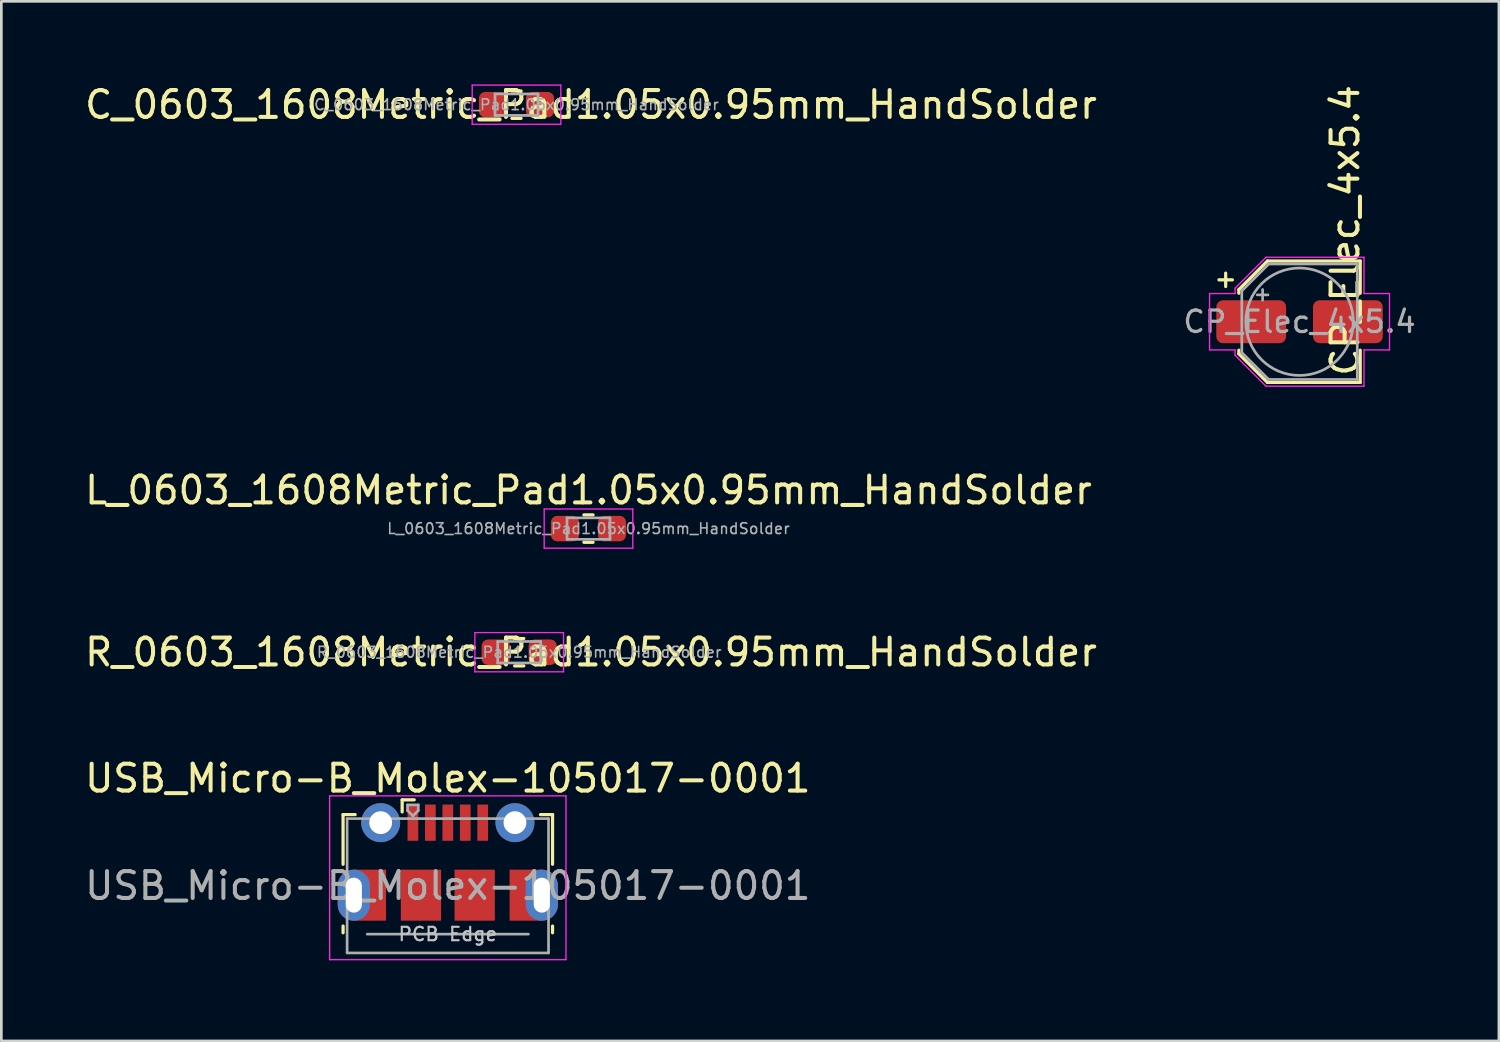
<source format=kicad_pcb>
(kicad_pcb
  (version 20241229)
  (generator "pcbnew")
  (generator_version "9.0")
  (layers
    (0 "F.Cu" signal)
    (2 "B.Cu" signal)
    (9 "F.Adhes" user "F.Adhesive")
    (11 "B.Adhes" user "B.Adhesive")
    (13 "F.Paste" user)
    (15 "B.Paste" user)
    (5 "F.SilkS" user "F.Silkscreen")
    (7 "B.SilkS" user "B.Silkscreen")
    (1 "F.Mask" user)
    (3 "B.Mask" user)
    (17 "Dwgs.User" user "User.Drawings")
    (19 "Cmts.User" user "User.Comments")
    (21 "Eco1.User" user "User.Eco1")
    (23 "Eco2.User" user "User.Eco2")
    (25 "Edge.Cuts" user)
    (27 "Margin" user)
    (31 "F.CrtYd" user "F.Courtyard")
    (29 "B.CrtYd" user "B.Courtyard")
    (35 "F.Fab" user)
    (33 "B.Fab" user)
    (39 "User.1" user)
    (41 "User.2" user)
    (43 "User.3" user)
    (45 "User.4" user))
  (footprint "C_0603_1608Metric_Pad1.05x0.95mm_HandSolder"
    (layer "F.Cu")
    (at 16.183 0.848)
    (property "Reference" "C_0603_1608Metric_Pad1.05x0.95mm_HandSolder" (at 2.775 0 0) (layer "F.SilkS") (effects (font (size 1 1) (thickness 0.15))))
    (attr smd)
    (fp_line (start -0.171 -0.51) (end 0.171 -0.51) (stroke (width 0.12) (type solid)) (layer "F.SilkS"))
    (fp_line (start -0.171 0.51) (end 0.171 0.51) (stroke (width 0.12) (type solid)) (layer "F.SilkS"))
    (fp_line (start -1.65 -0.73) (end 1.65 -0.73) (stroke (width 0.05) (type solid)) (layer "F.CrtYd"))
    (fp_line (start -1.65 0.73) (end -1.65 -0.73) (stroke (width 0.05) (type solid)) (layer "F.CrtYd"))
    (fp_line (start 1.65 -0.73) (end 1.65 0.73) (stroke (width 0.05) (type solid)) (layer "F.CrtYd"))
    (fp_line (start 1.65 0.73) (end -1.65 0.73) (stroke (width 0.05) (type solid)) (layer "F.CrtYd"))
    (fp_line (start -0.8 -0.4) (end 0.8 -0.4) (stroke (width 0.1) (type solid)) (layer "F.Fab"))
    (fp_line (start -0.8 0.4) (end -0.8 -0.4) (stroke (width 0.1) (type solid)) (layer "F.Fab"))
    (fp_line (start 0.8 -0.4) (end 0.8 0.4) (stroke (width 0.1) (type solid)) (layer "F.Fab"))
    (fp_line (start 0.8 0.4) (end -0.8 0.4) (stroke (width 0.1) (type solid)) (layer "F.Fab"))
    (fp_text user "${REFERENCE}" (at 0 0 0) (layer "F.Fab") (effects (font (size 0.4 0.4) (thickness 0.06))))
    (pad "1" smd roundrect (at -0.875 0) (size 1.05 0.95) (layers "F.Cu" "F.Mask" "F.Paste") (roundrect_rratio 0.25))
    (pad "2" smd roundrect (at 0.875 0) (size 1.05 0.95) (layers "F.Cu" "F.Mask" "F.Paste") (roundrect_rratio 0.25)))
  (footprint "L_0603_1608Metric_Pad1.05x0.95mm_HandSolder"
    (layer "F.Cu")
    (at 18.863 16.633)
    (property "Reference" "L_0603_1608Metric_Pad1.05x0.95mm_HandSolder" (at 0 -1.43 0) (layer "F.SilkS") (effects (font (size 1 1) (thickness 0.15))))
    (attr smd)
    (fp_line (start -0.171 -0.51) (end 0.171 -0.51) (stroke (width 0.12) (type solid)) (layer "F.SilkS"))
    (fp_line (start -0.171 0.51) (end 0.171 0.51) (stroke (width 0.12) (type solid)) (layer "F.SilkS"))
    (fp_line (start -1.65 -0.73) (end 1.65 -0.73) (stroke (width 0.05) (type solid)) (layer "F.CrtYd"))
    (fp_line (start -1.65 0.73) (end -1.65 -0.73) (stroke (width 0.05) (type solid)) (layer "F.CrtYd"))
    (fp_line (start 1.65 -0.73) (end 1.65 0.73) (stroke (width 0.05) (type solid)) (layer "F.CrtYd"))
    (fp_line (start 1.65 0.73) (end -1.65 0.73) (stroke (width 0.05) (type solid)) (layer "F.CrtYd"))
    (fp_line (start -0.8 -0.4) (end 0.8 -0.4) (stroke (width 0.1) (type solid)) (layer "F.Fab"))
    (fp_line (start -0.8 0.4) (end -0.8 -0.4) (stroke (width 0.1) (type solid)) (layer "F.Fab"))
    (fp_line (start 0.8 -0.4) (end 0.8 0.4) (stroke (width 0.1) (type solid)) (layer "F.Fab"))
    (fp_line (start 0.8 0.4) (end -0.8 0.4) (stroke (width 0.1) (type solid)) (layer "F.Fab"))
    (fp_text user "${REFERENCE}" (at 0 0 0) (layer "F.Fab") (effects (font (size 0.4 0.4) (thickness 0.06))))
    (pad "1" smd roundrect (at -0.875 0) (size 1.05 0.95) (layers "F.Cu" "F.Mask" "F.Paste") (roundrect_rratio 0.25))
    (pad "2" smd roundrect (at 0.875 0) (size 1.05 0.95) (layers "F.Cu" "F.Mask" "F.Paste") (roundrect_rratio 0.25)))
  (footprint "CP_Elec_4x5.4"
    (layer "F.Cu")
    (at 45.34 8.93)
    (property "Reference" "CP_Elec_4x5.4" (at 1.7 -3.4 270) (layer "F.SilkS") (effects (font (size 1 1) (thickness 0.15))))
    (attr smd)
    (fp_line (start -3 -1.56) (end -2.5 -1.56) (stroke (width 0.12) (type solid)) (layer "F.SilkS"))
    (fp_line (start -2.75 -1.81) (end -2.75 -1.31) (stroke (width 0.12) (type solid)) (layer "F.SilkS"))
    (fp_line (start -2.26 -1.196) (end -2.26 -1.06) (stroke (width 0.12) (type solid)) (layer "F.SilkS"))
    (fp_line (start -2.26 -1.196) (end -1.196 -2.26) (stroke (width 0.12) (type solid)) (layer "F.SilkS"))
    (fp_line (start -2.26 1.196) (end -2.26 1.06) (stroke (width 0.12) (type solid)) (layer "F.SilkS"))
    (fp_line (start -2.26 1.196) (end -1.196 2.26) (stroke (width 0.12) (type solid)) (layer "F.SilkS"))
    (fp_line (start -1.196 -2.26) (end 2.26 -2.26) (stroke (width 0.12) (type solid)) (layer "F.SilkS"))
    (fp_line (start -1.196 2.26) (end 2.26 2.26) (stroke (width 0.12) (type solid)) (layer "F.SilkS"))
    (fp_line (start 2.26 -2.26) (end 2.26 -1.06) (stroke (width 0.12) (type solid)) (layer "F.SilkS"))
    (fp_line (start 2.26 2.26) (end 2.26 1.06) (stroke (width 0.12) (type solid)) (layer "F.SilkS"))
    (fp_line (start -3.35 -1.05) (end -3.35 1.05) (stroke (width 0.05) (type solid)) (layer "F.CrtYd"))
    (fp_line (start -3.35 1.05) (end -2.4 1.05) (stroke (width 0.05) (type solid)) (layer "F.CrtYd"))
    (fp_line (start -2.4 -1.25) (end -2.4 -1.05) (stroke (width 0.05) (type solid)) (layer "F.CrtYd"))
    (fp_line (start -2.4 -1.25) (end -1.25 -2.4) (stroke (width 0.05) (type solid)) (layer "F.CrtYd"))
    (fp_line (start -2.4 -1.05) (end -3.35 -1.05) (stroke (width 0.05) (type solid)) (layer "F.CrtYd"))
    (fp_line (start -2.4 1.05) (end -2.4 1.25) (stroke (width 0.05) (type solid)) (layer "F.CrtYd"))
    (fp_line (start -2.4 1.25) (end -1.25 2.4) (stroke (width 0.05) (type solid)) (layer "F.CrtYd"))
    (fp_line (start -1.25 -2.4) (end 2.4 -2.4) (stroke (width 0.05) (type solid)) (layer "F.CrtYd"))
    (fp_line (start -1.25 2.4) (end 2.4 2.4) (stroke (width 0.05) (type solid)) (layer "F.CrtYd"))
    (fp_line (start 2.4 -2.4) (end 2.4 -1.05) (stroke (width 0.05) (type solid)) (layer "F.CrtYd"))
    (fp_line (start 2.4 -1.05) (end 3.35 -1.05) (stroke (width 0.05) (type solid)) (layer "F.CrtYd"))
    (fp_line (start 2.4 1.05) (end 2.4 2.4) (stroke (width 0.05) (type solid)) (layer "F.CrtYd"))
    (fp_line (start 3.35 -1.05) (end 3.35 1.05) (stroke (width 0.05) (type solid)) (layer "F.CrtYd"))
    (fp_line (start 3.35 1.05) (end 2.4 1.05) (stroke (width 0.05) (type solid)) (layer "F.CrtYd"))
    (fp_line (start -2.15 -1.15) (end -2.15 1.15) (stroke (width 0.1) (type solid)) (layer "F.Fab"))
    (fp_line (start -2.15 -1.15) (end -1.15 -2.15) (stroke (width 0.1) (type solid)) (layer "F.Fab"))
    (fp_line (start -2.15 1.15) (end -1.15 2.15) (stroke (width 0.1) (type solid)) (layer "F.Fab"))
    (fp_line (start -1.575 -1) (end -1.175 -1) (stroke (width 0.1) (type solid)) (layer "F.Fab"))
    (fp_line (start -1.375 -1.2) (end -1.375 -0.8) (stroke (width 0.1) (type solid)) (layer "F.Fab"))
    (fp_line (start -1.15 -2.15) (end 2.15 -2.15) (stroke (width 0.1) (type solid)) (layer "F.Fab"))
    (fp_line (start -1.15 2.15) (end 2.15 2.15) (stroke (width 0.1) (type solid)) (layer "F.Fab"))
    (fp_line (start 2.15 -2.15) (end 2.15 2.15) (stroke (width 0.1) (type solid)) (layer "F.Fab"))
    (fp_circle (center 0 0) (end 2 0) (stroke (width 0.1) (type solid)) (fill no) (layer "F.Fab"))
    (fp_text user "${REFERENCE}" (at 0 0 0) (layer "F.Fab") (effects (font (size 0.8 0.8) (thickness 0.12))))
    (pad "1" smd roundrect (at -1.8 0) (size 2.6 1.6) (layers "F.Cu" "F.Mask" "F.Paste") (roundrect_rratio 0.156))
    (pad "2" smd roundrect (at 1.8 0) (size 2.6 1.6) (layers "F.Cu" "F.Mask" "F.Paste") (roundrect_rratio 0.156)))
  (footprint "R_0603_1608Metric_Pad1.05x0.95mm_HandSolder"
    (layer "F.Cu")
    (at 16.283 21.236)
    (property "Reference" "R_0603_1608Metric_Pad1.05x0.95mm_HandSolder" (at 2.675 0 0) (layer "F.SilkS") (effects (font (size 1 1) (thickness 0.15))))
    (attr smd)
    (fp_line (start -0.171 -0.51) (end 0.171 -0.51) (stroke (width 0.12) (type solid)) (layer "F.SilkS"))
    (fp_line (start -0.171 0.51) (end 0.171 0.51) (stroke (width 0.12) (type solid)) (layer "F.SilkS"))
    (fp_line (start -1.65 -0.73) (end 1.65 -0.73) (stroke (width 0.05) (type solid)) (layer "F.CrtYd"))
    (fp_line (start -1.65 0.73) (end -1.65 -0.73) (stroke (width 0.05) (type solid)) (layer "F.CrtYd"))
    (fp_line (start 1.65 -0.73) (end 1.65 0.73) (stroke (width 0.05) (type solid)) (layer "F.CrtYd"))
    (fp_line (start 1.65 0.73) (end -1.65 0.73) (stroke (width 0.05) (type solid)) (layer "F.CrtYd"))
    (fp_line (start -0.8 -0.4) (end 0.8 -0.4) (stroke (width 0.1) (type solid)) (layer "F.Fab"))
    (fp_line (start -0.8 0.4) (end -0.8 -0.4) (stroke (width 0.1) (type solid)) (layer "F.Fab"))
    (fp_line (start 0.8 -0.4) (end 0.8 0.4) (stroke (width 0.1) (type solid)) (layer "F.Fab"))
    (fp_line (start 0.8 0.4) (end -0.8 0.4) (stroke (width 0.1) (type solid)) (layer "F.Fab"))
    (fp_text user "${REFERENCE}" (at 0 0 0) (layer "F.Fab") (effects (font (size 0.4 0.4) (thickness 0.06))))
    (pad "1" smd roundrect (at -0.875 0) (size 1.05 0.95) (layers "F.Cu" "F.Mask" "F.Paste") (roundrect_rratio 0.25))
    (pad "2" smd roundrect (at 0.875 0) (size 1.05 0.95) (layers "F.Cu" "F.Mask" "F.Paste") (roundrect_rratio 0.25)))
  (footprint "USB_Micro-B_Molex-105017-0001"
    (layer "F.Cu")
    (at 13.625 29.045)
    (property "Reference" "USB_Micro-B_Molex-105017-0001" (at 0 -3.112 0) (layer "F.SilkS") (effects (font (size 1 1) (thickness 0.15))))
    (attr smd)
    (fp_line (start -3.9 -1.762) (end -3.45 -1.762) (stroke (width 0.12) (type solid)) (layer "F.SilkS"))
    (fp_line (start -3.9 0.087) (end -3.9 -1.762) (stroke (width 0.12) (type solid)) (layer "F.SilkS"))
    (fp_line (start -3.9 2.638) (end -3.9 2.388) (stroke (width 0.12) (type solid)) (layer "F.SilkS"))
    (fp_line (start -1.7 -2.312) (end -1.7 -1.863) (stroke (width 0.12) (type solid)) (layer "F.SilkS"))
    (fp_line (start -1.7 -2.312) (end -1.25 -2.312) (stroke (width 0.12) (type solid)) (layer "F.SilkS"))
    (fp_line (start 3.9 -1.762) (end 3.45 -1.762) (stroke (width 0.12) (type solid)) (layer "F.SilkS"))
    (fp_line (start 3.9 0.087) (end 3.9 -1.762) (stroke (width 0.12) (type solid)) (layer "F.SilkS"))
    (fp_line (start 3.9 2.638) (end 3.9 2.388) (stroke (width 0.12) (type solid)) (layer "F.SilkS"))
    (fp_line (start -4.4 -2.46) (end 4.4 -2.46) (stroke (width 0.05) (type solid)) (layer "F.CrtYd"))
    (fp_line (start -4.4 3.64) (end -4.4 -2.46) (stroke (width 0.05) (type solid)) (layer "F.CrtYd"))
    (fp_line (start -4.4 3.64) (end 4.4 3.64) (stroke (width 0.05) (type solid)) (layer "F.CrtYd"))
    (fp_line (start 4.4 -2.46) (end 4.4 3.64) (stroke (width 0.05) (type solid)) (layer "F.CrtYd"))
    (fp_line (start -3.75 -1.613) (end 3.75 -1.613) (stroke (width 0.1) (type solid)) (layer "F.Fab"))
    (fp_line (start -3.75 3.388) (end -3.75 -1.613) (stroke (width 0.1) (type solid)) (layer "F.Fab"))
    (fp_line (start -3.75 3.389) (end 3.75 3.389) (stroke (width 0.1) (type solid)) (layer "F.Fab"))
    (fp_line (start -3 2.689) (end 3 2.689) (stroke (width 0.1) (type solid)) (layer "F.Fab"))
    (fp_line (start -1.5 -2.123) (end -1.5 -1.913) (stroke (width 0.1) (type solid)) (layer "F.Fab"))
    (fp_line (start -1.5 -2.123) (end -1.1 -2.123) (stroke (width 0.1) (type solid)) (layer "F.Fab"))
    (fp_line (start -1.3 -1.712) (end -1.5 -1.913) (stroke (width 0.1) (type solid)) (layer "F.Fab"))
    (fp_line (start -1.1 -2.123) (end -1.1 -1.913) (stroke (width 0.1) (type solid)) (layer "F.Fab"))
    (fp_line (start -1.1 -1.913) (end -1.3 -1.712) (stroke (width 0.1) (type solid)) (layer "F.Fab"))
    (fp_line (start 3.75 3.388) (end 3.75 -1.613) (stroke (width 0.1) (type solid)) (layer "F.Fab"))
    (fp_text user "PCB Edge" (at 0 2.688 0) (layer "Dwgs.User") (effects (font (size 0.5 0.5) (thickness 0.08))))
    (fp_text user "${REFERENCE}" (at 0 0.887 0) (layer "F.Fab") (effects (font (size 1 1) (thickness 0.15))))
    (pad "1" smd rect (at -1.3 -1.462) (size 0.4 1.35) (layers "F.Cu" "F.Mask" "F.Paste"))
    (pad "2" smd rect (at -0.65 -1.462) (size 0.4 1.35) (layers "F.Cu" "F.Mask" "F.Paste"))
    (pad "3" smd rect (at 0 -1.462) (size 0.4 1.35) (layers "F.Cu" "F.Mask" "F.Paste"))
    (pad "4" smd rect (at 0.65 -1.462) (size 0.4 1.35) (layers "F.Cu" "F.Mask" "F.Paste"))
    (pad "5" smd rect (at 1.3 -1.462) (size 0.4 1.35) (layers "F.Cu" "F.Mask" "F.Paste"))
    (pad "6" thru_hole oval (at -3.5 1.238 180) (size 1.2 1.9) (drill oval 0.6 1.3) (layers "*.Cu" "*.Mask"))
    (pad "6" smd rect (at -2.9 1.238) (size 1.2 1.9) (layers "F.Cu" "F.Mask"))
    (pad "6" thru_hole circle (at -2.5 -1.462) (size 1.45 1.45) (drill 0.85) (layers "*.Cu" "*.Mask"))
    (pad "6" smd rect (at -1 1.238) (size 1.5 1.9) (layers "F.Cu" "F.Mask" "F.Paste"))
    (pad "6" smd rect (at 1 1.238) (size 1.5 1.9) (layers "F.Cu" "F.Mask" "F.Paste"))
    (pad "6" thru_hole circle (at 2.5 -1.462) (size 1.45 1.45) (drill 0.85) (layers "*.Cu" "*.Mask"))
    (pad "6" smd rect (at 2.9 1.238) (size 1.2 1.9) (layers "F.Cu" "F.Mask"))
    (pad "6" thru_hole oval (at 3.5 1.238) (size 1.2 1.9) (drill oval 0.6 1.3) (layers "*.Cu" "*.Mask")))
  (gr_rect
    (start -3 -3)
    (end 52.764 35.71)
    (stroke (width 0.1) (type default))
    (fill no)
    (layer "Edge.Cuts")))
</source>
